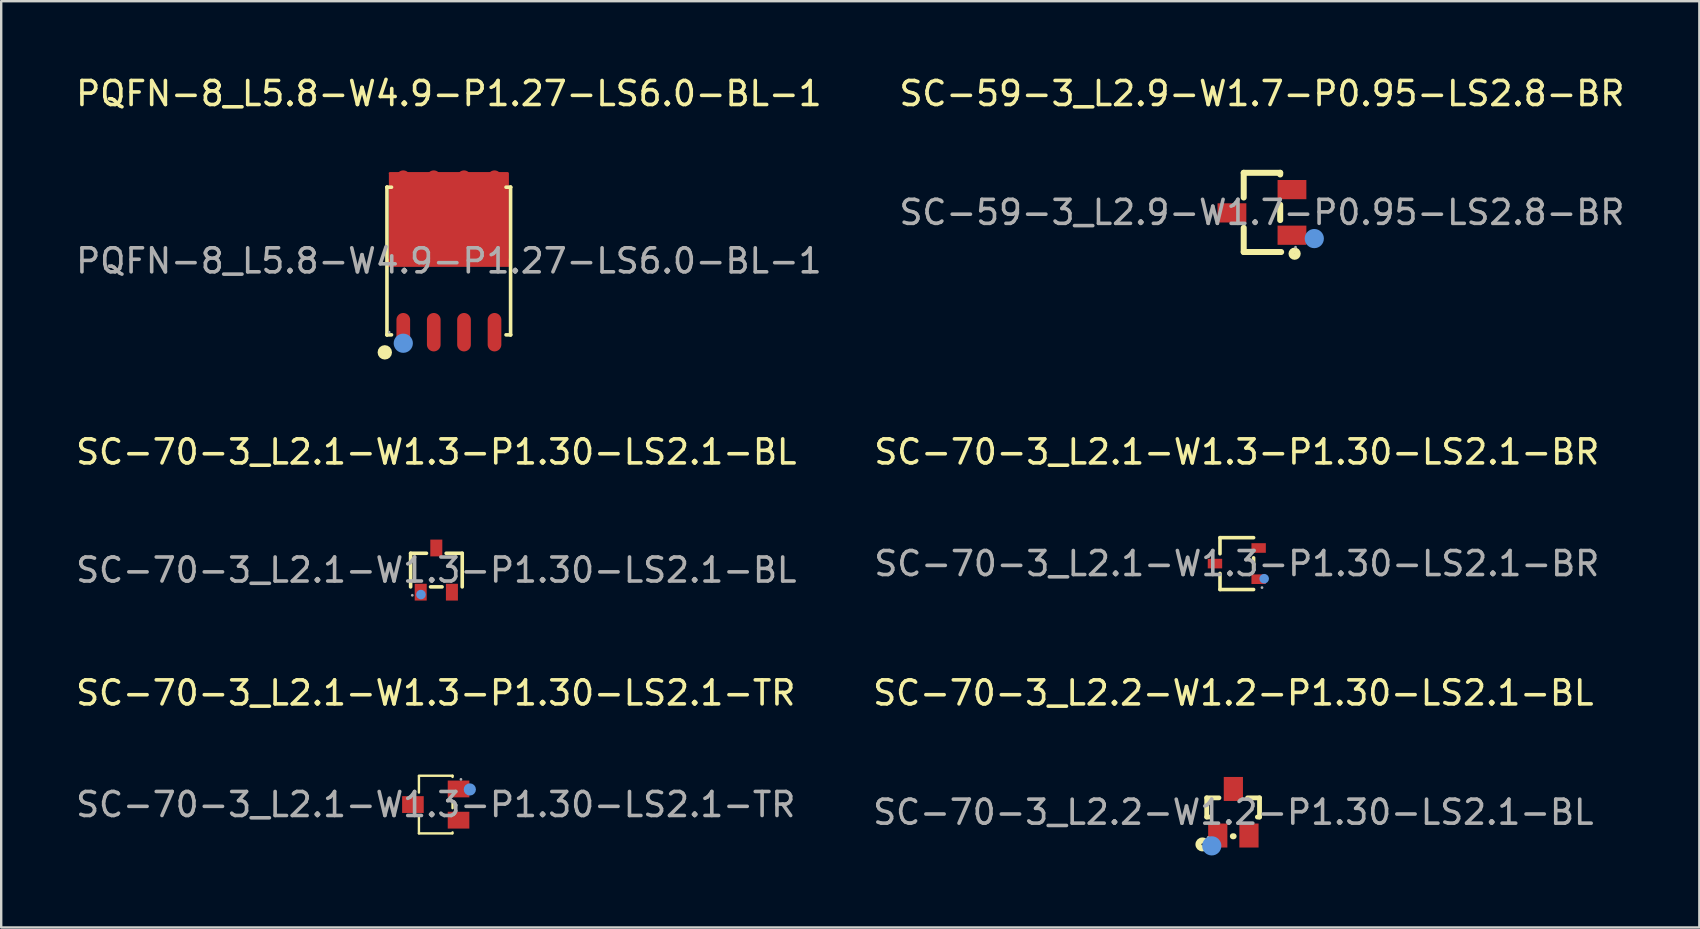
<source format=kicad_pcb>
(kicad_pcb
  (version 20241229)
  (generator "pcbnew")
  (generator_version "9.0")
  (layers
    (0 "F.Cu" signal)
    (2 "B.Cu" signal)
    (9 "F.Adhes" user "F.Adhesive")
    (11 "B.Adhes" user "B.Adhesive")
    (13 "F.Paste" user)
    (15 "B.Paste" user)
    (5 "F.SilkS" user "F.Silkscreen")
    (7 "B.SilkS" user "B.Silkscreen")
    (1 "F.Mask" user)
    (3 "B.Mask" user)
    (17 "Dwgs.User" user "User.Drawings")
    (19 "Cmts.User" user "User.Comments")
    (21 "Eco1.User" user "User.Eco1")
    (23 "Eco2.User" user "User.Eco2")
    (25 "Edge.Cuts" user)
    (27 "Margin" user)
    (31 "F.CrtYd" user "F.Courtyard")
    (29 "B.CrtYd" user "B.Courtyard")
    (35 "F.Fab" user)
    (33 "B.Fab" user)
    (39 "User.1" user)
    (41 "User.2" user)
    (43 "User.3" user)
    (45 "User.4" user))
  (footprint "PQFN-8_L5.8-W4.9-P1.27-LS6.0-BL-1"
    (layer "F.Cu")
    (at 15.649 7.818)
    (property "Reference" "PQFN-8_L5.8-W4.9-P1.27-LS6.0-BL-1" (at 0 -6.97 0) (layer "F.SilkS") (effects (font (size 1 1) (thickness 0.15))))
    (attr through_hole)
    (fp_line (start -2.58 -3.07) (end -2.58 -3.07) (stroke (width 0.15) (type solid)) (layer "F.SilkS"))
    (fp_line (start -2.58 -3.07) (end -2.39 -3.07) (stroke (width 0.15) (type solid)) (layer "F.SilkS"))
    (fp_line (start -2.58 3.08) (end -2.58 -3.07) (stroke (width 0.15) (type solid)) (layer "F.SilkS"))
    (fp_line (start -2.58 3.08) (end -2.58 3.08) (stroke (width 0.15) (type solid)) (layer "F.SilkS"))
    (fp_line (start -2.39 3.08) (end -2.58 3.08) (stroke (width 0.15) (type solid)) (layer "F.SilkS"))
    (fp_line (start 2.38 3.08) (end 2.57 3.08) (stroke (width 0.15) (type solid)) (layer "F.SilkS"))
    (fp_line (start 2.57 -3.07) (end 2.38 -3.07) (stroke (width 0.15) (type solid)) (layer "F.SilkS"))
    (fp_line (start 2.57 -3.07) (end 2.57 -3.07) (stroke (width 0.15) (type solid)) (layer "F.SilkS"))
    (fp_line (start 2.57 3.08) (end 2.57 -3.07) (stroke (width 0.15) (type solid)) (layer "F.SilkS"))
    (fp_line (start 2.57 3.08) (end 2.57 3.08) (stroke (width 0.15) (type solid)) (layer "F.SilkS"))
    (fp_circle (center -2.67 3.81) (end -2.52 3.81) (stroke (width 0.3) (type solid)) (fill no) (layer "F.SilkS"))
    (fp_circle (center -1.9 3.43) (end -1.7 3.43) (stroke (width 0.4) (type solid)) (fill no) (layer "Cmts.User"))
    (fp_circle (center -2.49 2.97) (end -2.46 2.97) (stroke (width 0.06) (type solid)) (fill no) (layer "F.Fab"))
    (fp_text user "${REFERENCE}" (at 0 0 0) (layer "F.Fab") (effects (font (size 1 1) (thickness 0.15))))
    (pad "1" smd oval (at -1.9 2.97) (size 0.57 1.6) (layers "F.Cu" "F.Mask" "F.Paste"))
    (pad "2" smd oval (at -0.63 2.97) (size 0.57 1.6) (layers "F.Cu" "F.Mask" "F.Paste"))
    (pad "3" smd oval (at 0.63 2.97) (size 0.57 1.6) (layers "F.Cu" "F.Mask" "F.Paste"))
    (pad "4" smd oval (at 1.9 2.97) (size 0.57 1.6) (layers "F.Cu" "F.Mask" "F.Paste"))
    (pad "5" smd oval (at 1.9 -2.97) (size 0.57 1.6) (layers "F.Cu" "F.Mask" "F.Paste"))
    (pad "6" smd oval (at 0.63 -2.97) (size 0.57 1.6) (layers "F.Cu" "F.Mask" "F.Paste"))
    (pad "7" smd oval (at -0.63 -2.97) (size 0.57 1.6) (layers "F.Cu" "F.Mask" "F.Paste"))
    (pad "8" smd oval (at -1.9 -2.97) (size 0.57 1.6) (layers "F.Cu" "F.Mask" "F.Paste"))
    (pad "9" smd custom (at 0 -0.86) (size 1 1) (layers "F.Cu" "F.Mask" "F.Paste") (options (anchor circle)) (primitives (gr_poly (pts (xy -2.45 -2.79) (xy 2.45 -2.79) (xy 2.45 0.81) (xy 2.44 0.81) (xy 2.48 0.81) (xy 2.49 0.81) (xy 2.49 1.06) (xy 2.45 1.06) (xy -2.45 1.06) (xy -2.49 1.06) (xy -2.49 0.81) (xy -2.46 0.81) (xy -2.45 0.81) (xy -2.45 -2.78) (xy -2.46 -2.79)) (width 0.1) (fill yes)))))
  (footprint "SC-59-3_L2.9-W1.7-P0.95-LS2.8-BR"
    (layer "F.Cu")
    (at 49.518 5.798)
    (property "Reference" "SC-59-3_L2.9-W1.7-P0.95-LS2.8-BR" (at 0 -4.95 0) (layer "F.SilkS") (effects (font (size 1 1) (thickness 0.15))))
    (attr through_hole)
    (fp_line (start -0.76 -1.65) (end 0.76 -1.65) (stroke (width 0.25) (type solid)) (layer "F.SilkS"))
    (fp_line (start -0.76 -0.62) (end -0.76 -1.65) (stroke (width 0.25) (type solid)) (layer "F.SilkS"))
    (fp_line (start -0.76 1.65) (end -0.76 0.64) (stroke (width 0.25) (type solid)) (layer "F.SilkS"))
    (fp_line (start 0.76 -1.65) (end 0.76 -1.58) (stroke (width 0.25) (type solid)) (layer "F.SilkS"))
    (fp_line (start 0.76 -0.32) (end 0.76 0.32) (stroke (width 0.25) (type solid)) (layer "F.SilkS"))
    (fp_line (start 0.76 1.65) (end -0.76 1.65) (stroke (width 0.25) (type solid)) (layer "F.SilkS"))
    (fp_line (start 0.8 1.65) (end 0.76 1.65) (stroke (width 0.25) (type solid)) (layer "F.SilkS"))
    (fp_circle (center 1.36 1.72) (end 1.49 1.72) (stroke (width 0.25) (type solid)) (fill no) (layer "F.SilkS"))
    (fp_circle (center 2.18 1.09) (end 2.38 1.09) (stroke (width 0.4) (type solid)) (fill no) (layer "Cmts.User"))
    (fp_circle (center 1.4 1.45) (end 1.43 1.45) (stroke (width 0.06) (type solid)) (fill no) (layer "F.Fab"))
    (fp_text user "${REFERENCE}" (at 0 0 0) (layer "F.Fab") (effects (font (size 1 1) (thickness 0.15))))
    (pad "1" smd rect (at 1.25 0.95 90) (size 0.8 1.2) (layers "F.Cu" "F.Mask" "F.Paste"))
    (pad "2" smd rect (at 1.25 -0.95 90) (size 0.8 1.2) (layers "F.Cu" "F.Mask" "F.Paste"))
    (pad "3" smd rect (at -1.25 0.02 90) (size 0.8 1.2) (layers "F.Cu" "F.Mask" "F.Paste")))
  (footprint "SC-70-3_L2.1-W1.3-P1.30-LS2.1-BL"
    (layer "F.Cu")
    (at 15.125 20.697)
    (property "Reference" "SC-70-3_L2.1-W1.3-P1.30-LS2.1-BL" (at 0 -4.92 0) (layer "F.SilkS") (effects (font (size 1 1) (thickness 0.15))))
    (attr through_hole)
    (fp_line (start -1.07 -0.7) (end -0.41 -0.7) (stroke (width 0.15) (type solid)) (layer "F.SilkS"))
    (fp_line (start -1.07 0.7) (end -1.07 -0.7) (stroke (width 0.15) (type solid)) (layer "F.SilkS"))
    (fp_line (start 0.24 0.7) (end -0.24 0.7) (stroke (width 0.15) (type solid)) (layer "F.SilkS"))
    (fp_line (start 1.08 -0.7) (end 0.41 -0.7) (stroke (width 0.15) (type solid)) (layer "F.SilkS"))
    (fp_line (start 1.08 0.7) (end 1.08 -0.7) (stroke (width 0.15) (type solid)) (layer "F.SilkS"))
    (fp_circle (center -0.64 1.02) (end -0.54 1.02) (stroke (width 0.2) (type solid)) (fill no) (layer "Cmts.User"))
    (fp_circle (center -1 1.05) (end -0.97 1.05) (stroke (width 0.06) (type solid)) (fill no) (layer "F.Fab"))
    (fp_text user "${REFERENCE}" (at 0 0 0) (layer "F.Fab") (effects (font (size 1 1) (thickness 0.15))))
    (pad "1" smd rect (at -0.65 0.92 270) (size 0.7 0.5) (layers "F.Cu" "F.Mask" "F.Paste"))
    (pad "2" smd rect (at 0.65 0.92 270) (size 0.7 0.5) (layers "F.Cu" "F.Mask" "F.Paste"))
    (pad "3" smd rect (at 0 -0.92 270) (size 0.7 0.5) (layers "F.Cu" "F.Mask" "F.Paste")))
  (footprint "SC-70-3_L2.1-W1.3-P1.30-LS2.1-BR"
    (layer "F.Cu")
    (at 48.47 20.427)
    (property "Reference" "SC-70-3_L2.1-W1.3-P1.30-LS2.1-BR" (at 0 -4.65 0) (layer "F.SilkS") (effects (font (size 1 1) (thickness 0.15))))
    (attr through_hole)
    (fp_line (start -0.7 -1.08) (end -0.7 -0.41) (stroke (width 0.15) (type solid)) (layer "F.SilkS"))
    (fp_line (start -0.7 1.08) (end -0.7 0.41) (stroke (width 0.15) (type solid)) (layer "F.SilkS"))
    (fp_line (start 0.7 -1.08) (end -0.7 -1.08) (stroke (width 0.15) (type solid)) (layer "F.SilkS"))
    (fp_line (start 0.7 -0.24) (end 0.7 0.24) (stroke (width 0.15) (type solid)) (layer "F.SilkS"))
    (fp_line (start 0.7 1.08) (end -0.7 1.08) (stroke (width 0.15) (type solid)) (layer "F.SilkS"))
    (fp_circle (center 1.14 0.63) (end 1.24 0.63) (stroke (width 0.2) (type solid)) (fill no) (layer "Cmts.User"))
    (fp_circle (center 1.05 1) (end 1.08 1) (stroke (width 0.06) (type solid)) (fill no) (layer "F.Fab"))
    (fp_text user "${REFERENCE}" (at 0 0 0) (layer "F.Fab") (effects (font (size 1 1) (thickness 0.15))))
    (pad "1" smd rect (at 0.91 0.65) (size 0.6 0.4) (layers "F.Cu" "F.Mask" "F.Paste"))
    (pad "2" smd rect (at 0.91 -0.65) (size 0.6 0.4) (layers "F.Cu" "F.Mask" "F.Paste"))
    (pad "3" smd rect (at -0.91 0) (size 0.6 0.4) (layers "F.Cu" "F.Mask" "F.Paste")))
  (footprint "SC-70-3_L2.2-W1.2-P1.30-LS2.1-BL"
    (layer "F.Cu")
    (at 48.327 30.785)
    (property "Reference" "SC-70-3_L2.2-W1.2-P1.30-LS2.1-BL" (at 0 -4.97 0) (layer "F.SilkS") (effects (font (size 1 1) (thickness 0.15))))
    (attr through_hole)
    (fp_line (start -1.11 -0.6) (end -0.6 -0.6) (stroke (width 0.2) (type solid)) (layer "F.SilkS"))
    (fp_line (start -1.11 0.2) (end -1.11 -0.6) (stroke (width 0.2) (type solid)) (layer "F.SilkS"))
    (fp_line (start -1.01 0.2) (end -1.11 0.2) (stroke (width 0.2) (type solid)) (layer "F.SilkS"))
    (fp_line (start -0.02 1) (end 0.01 1) (stroke (width 0.25) (type solid)) (layer "F.SilkS"))
    (fp_line (start 1 0.2) (end 1.09 0.2) (stroke (width 0.2) (type solid)) (layer "F.SilkS"))
    (fp_line (start 1.09 -0.6) (end 0.59 -0.6) (stroke (width 0.2) (type solid)) (layer "F.SilkS"))
    (fp_line (start 1.09 0.2) (end 1.09 -0.6) (stroke (width 0.2) (type solid)) (layer "F.SilkS"))
    (fp_circle (center -1.29 1.34) (end -1.25 1.34) (stroke (width 0.25) (type solid)) (fill no) (layer "F.SilkS"))
    (fp_circle (center -0.9 1.4) (end -0.7 1.4) (stroke (width 0.4) (type solid)) (fill no) (layer "Cmts.User"))
    (fp_circle (center -1.05 1.05) (end -1.02 1.05) (stroke (width 0.06) (type solid)) (fill no) (layer "F.Fab"))
    (fp_text user "${REFERENCE}" (at 0 0 0) (layer "F.Fab") (effects (font (size 1 1) (thickness 0.15))))
    (pad "1" smd rect (at -0.65 0.97) (size 0.8 1) (layers "F.Cu" "F.Mask" "F.Paste"))
    (pad "2" smd rect (at 0.65 0.97) (size 0.8 1) (layers "F.Cu" "F.Mask" "F.Paste"))
    (pad "3" smd rect (at 0 -0.97) (size 0.8 1) (layers "F.Cu" "F.Mask" "F.Paste")))
  (footprint "SC-70-3_L2.1-W1.3-P1.30-LS2.1-TR"
    (layer "F.Cu")
    (at 15.101 30.465)
    (property "Reference" "SC-70-3_L2.1-W1.3-P1.30-LS2.1-TR" (at 0 -4.65 0) (layer "F.SilkS") (effects (font (size 1 1) (thickness 0.15))))
    (attr through_hole)
    (fp_line (start -0.7 -1.2) (end 0.7 -1.2) (stroke (width 0.1) (type solid)) (layer "F.SilkS"))
    (fp_line (start -0.7 -0.5) (end -0.7 -1.19) (stroke (width 0.1) (type solid)) (layer "F.SilkS"))
    (fp_line (start -0.7 1.2) (end -0.7 0.51) (stroke (width 0.1) (type solid)) (layer "F.SilkS"))
    (fp_line (start -0.7 1.2) (end 0.68 1.2) (stroke (width 0.1) (type solid)) (layer "F.SilkS"))
    (fp_line (start 0.7 -1.2) (end 0.7 -1.15) (stroke (width 0.1) (type solid)) (layer "F.SilkS"))
    (fp_line (start 0.7 -0.14) (end 0.7 0.15) (stroke (width 0.1) (type solid)) (layer "F.SilkS"))
    (fp_line (start 0.7 1.16) (end 0.7 1.2) (stroke (width 0.1) (type solid)) (layer "F.SilkS"))
    (fp_circle (center 1.42 -0.63) (end 1.55 -0.63) (stroke (width 0.25) (type solid)) (fill no) (layer "Cmts.User"))
    (fp_circle (center 1.05 -1.05) (end 1.08 -1.05) (stroke (width 0.06) (type solid)) (fill no) (layer "F.Fab"))
    (fp_text user "${REFERENCE}" (at 0 0 0) (layer "F.Fab") (effects (font (size 1 1) (thickness 0.15))))
    (pad "1" smd rect (at 0.95 -0.65) (size 0.9 0.7) (layers "F.Cu" "F.Mask" "F.Paste"))
    (pad "2" smd rect (at 0.95 0.65) (size 0.9 0.7) (layers "F.Cu" "F.Mask" "F.Paste"))
    (pad "3" smd rect (at -0.95 0) (size 0.9 0.7) (layers "F.Cu" "F.Mask" "F.Paste")))
  (gr_rect
    (start -3 -3)
    (end 67.738 35.585)
    (stroke (width 0.1) (type default))
    (fill no)
    (layer "Edge.Cuts")))
</source>
